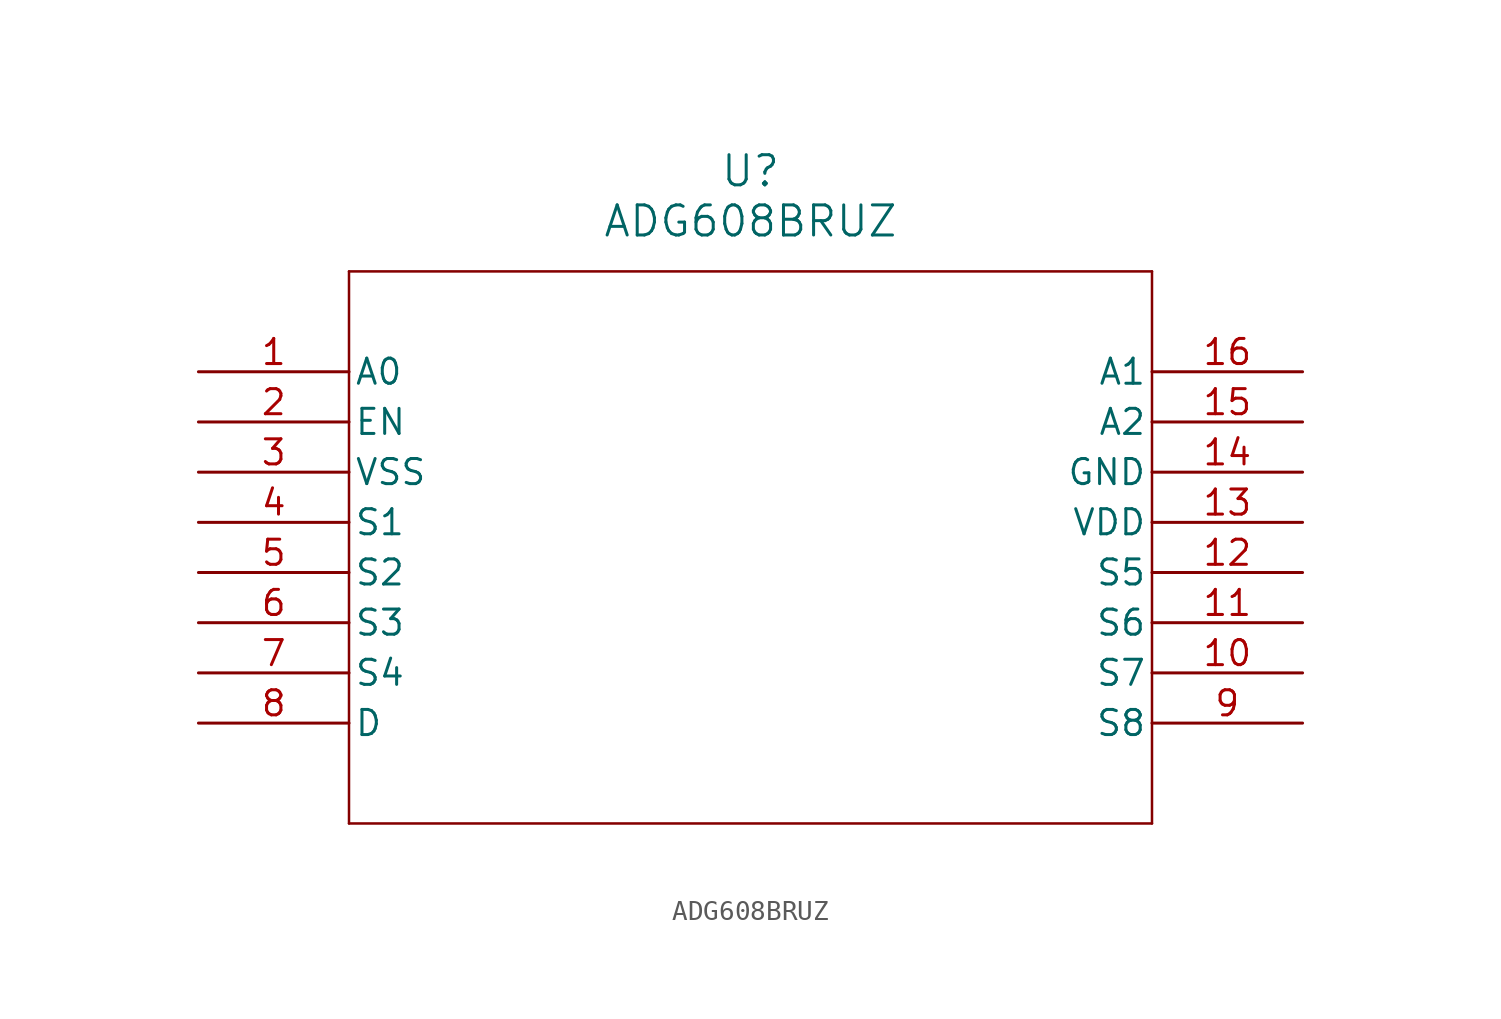
<source format=kicad_sym>
(kicad_symbol_lib
  (version 20211014)
  (generator kicad_symbol_editor)
  (symbol "ADG608BRUZ"
    (pin_names
      (offset 0.254))
    (property "Reference" "U"
      (at 27.94 10.16 0)
      (effects (font (size 1.524 1.524))))
    (property "Value" "ADG608BRUZ"
      (at 27.94 7.62 0)
      (effects (font (size 1.524 1.524))))
    (symbol "ADG608BRUZ_0_1"
      (polyline (pts (xy 7.62 5.08) (xy 7.62 -22.86)) (stroke (width 0.127) (type default) (color 0 0 0 0)) (fill (type none)))
      (polyline (pts (xy 7.62 -22.86) (xy 48.26 -22.86)) (stroke (width 0.127) (type default) (color 0 0 0 0)) (fill (type none)))
      (polyline (pts (xy 48.26 -22.86) (xy 48.26 5.08)) (stroke (width 0.127) (type default) (color 0 0 0 0)) (fill (type none)))
      (polyline (pts (xy 48.26 5.08) (xy 7.62 5.08)) (stroke (width 0.127) (type default) (color 0 0 0 0)) (fill (type none)))
      (pin unspecified line (at 0 0 0) (length 7.62) (name "A0" (effects (font (size 1.27 1.27)))) (number "1" (effects (font (size 1.27 1.27)))))
      (pin unspecified line (at 0 -2.54 0) (length 7.62) (name "EN" (effects (font (size 1.27 1.27)))) (number "2" (effects (font (size 1.27 1.27)))))
      (pin power_in line (at 0 -5.08 0) (length 7.62) (name "VSS" (effects (font (size 1.27 1.27)))) (number "3" (effects (font (size 1.27 1.27)))))
      (pin unspecified line (at 0 -7.62 0) (length 7.62) (name "S1" (effects (font (size 1.27 1.27)))) (number "4" (effects (font (size 1.27 1.27)))))
      (pin unspecified line (at 0 -10.16 0) (length 7.62) (name "S2" (effects (font (size 1.27 1.27)))) (number "5" (effects (font (size 1.27 1.27)))))
      (pin unspecified line (at 0 -12.7 0) (length 7.62) (name "S3" (effects (font (size 1.27 1.27)))) (number "6" (effects (font (size 1.27 1.27)))))
      (pin unspecified line (at 0 -15.24 0) (length 7.62) (name "S4" (effects (font (size 1.27 1.27)))) (number "7" (effects (font (size 1.27 1.27)))))
      (pin unspecified line (at 0 -17.78 0) (length 7.62) (name "D" (effects (font (size 1.27 1.27)))) (number "8" (effects (font (size 1.27 1.27)))))
      (pin unspecified line (at 55.88 -17.78 180) (length 7.62) (name "S8" (effects (font (size 1.27 1.27)))) (number "9" (effects (font (size 1.27 1.27)))))
      (pin unspecified line (at 55.88 -15.24 180) (length 7.62) (name "S7" (effects (font (size 1.27 1.27)))) (number "10" (effects (font (size 1.27 1.27)))))
      (pin unspecified line (at 55.88 -12.7 180) (length 7.62) (name "S6" (effects (font (size 1.27 1.27)))) (number "11" (effects (font (size 1.27 1.27)))))
      (pin unspecified line (at 55.88 -10.16 180) (length 7.62) (name "S5" (effects (font (size 1.27 1.27)))) (number "12" (effects (font (size 1.27 1.27)))))
      (pin power_in line (at 55.88 -7.62 180) (length 7.62) (name "VDD" (effects (font (size 1.27 1.27)))) (number "13" (effects (font (size 1.27 1.27)))))
      (pin unspecified line (at 55.88 -5.08 180) (length 7.62) (name "GND" (effects (font (size 1.27 1.27)))) (number "14" (effects (font (size 1.27 1.27)))))
      (pin unspecified line (at 55.88 -2.54 180) (length 7.62) (name "A2" (effects (font (size 1.27 1.27)))) (number "15" (effects (font (size 1.27 1.27)))))
      (pin unspecified line (at 55.88 0 180) (length 7.62) (name "A1" (effects (font (size 1.27 1.27)))) (number "16" (effects (font (size 1.27 1.27))))))))
</source>
